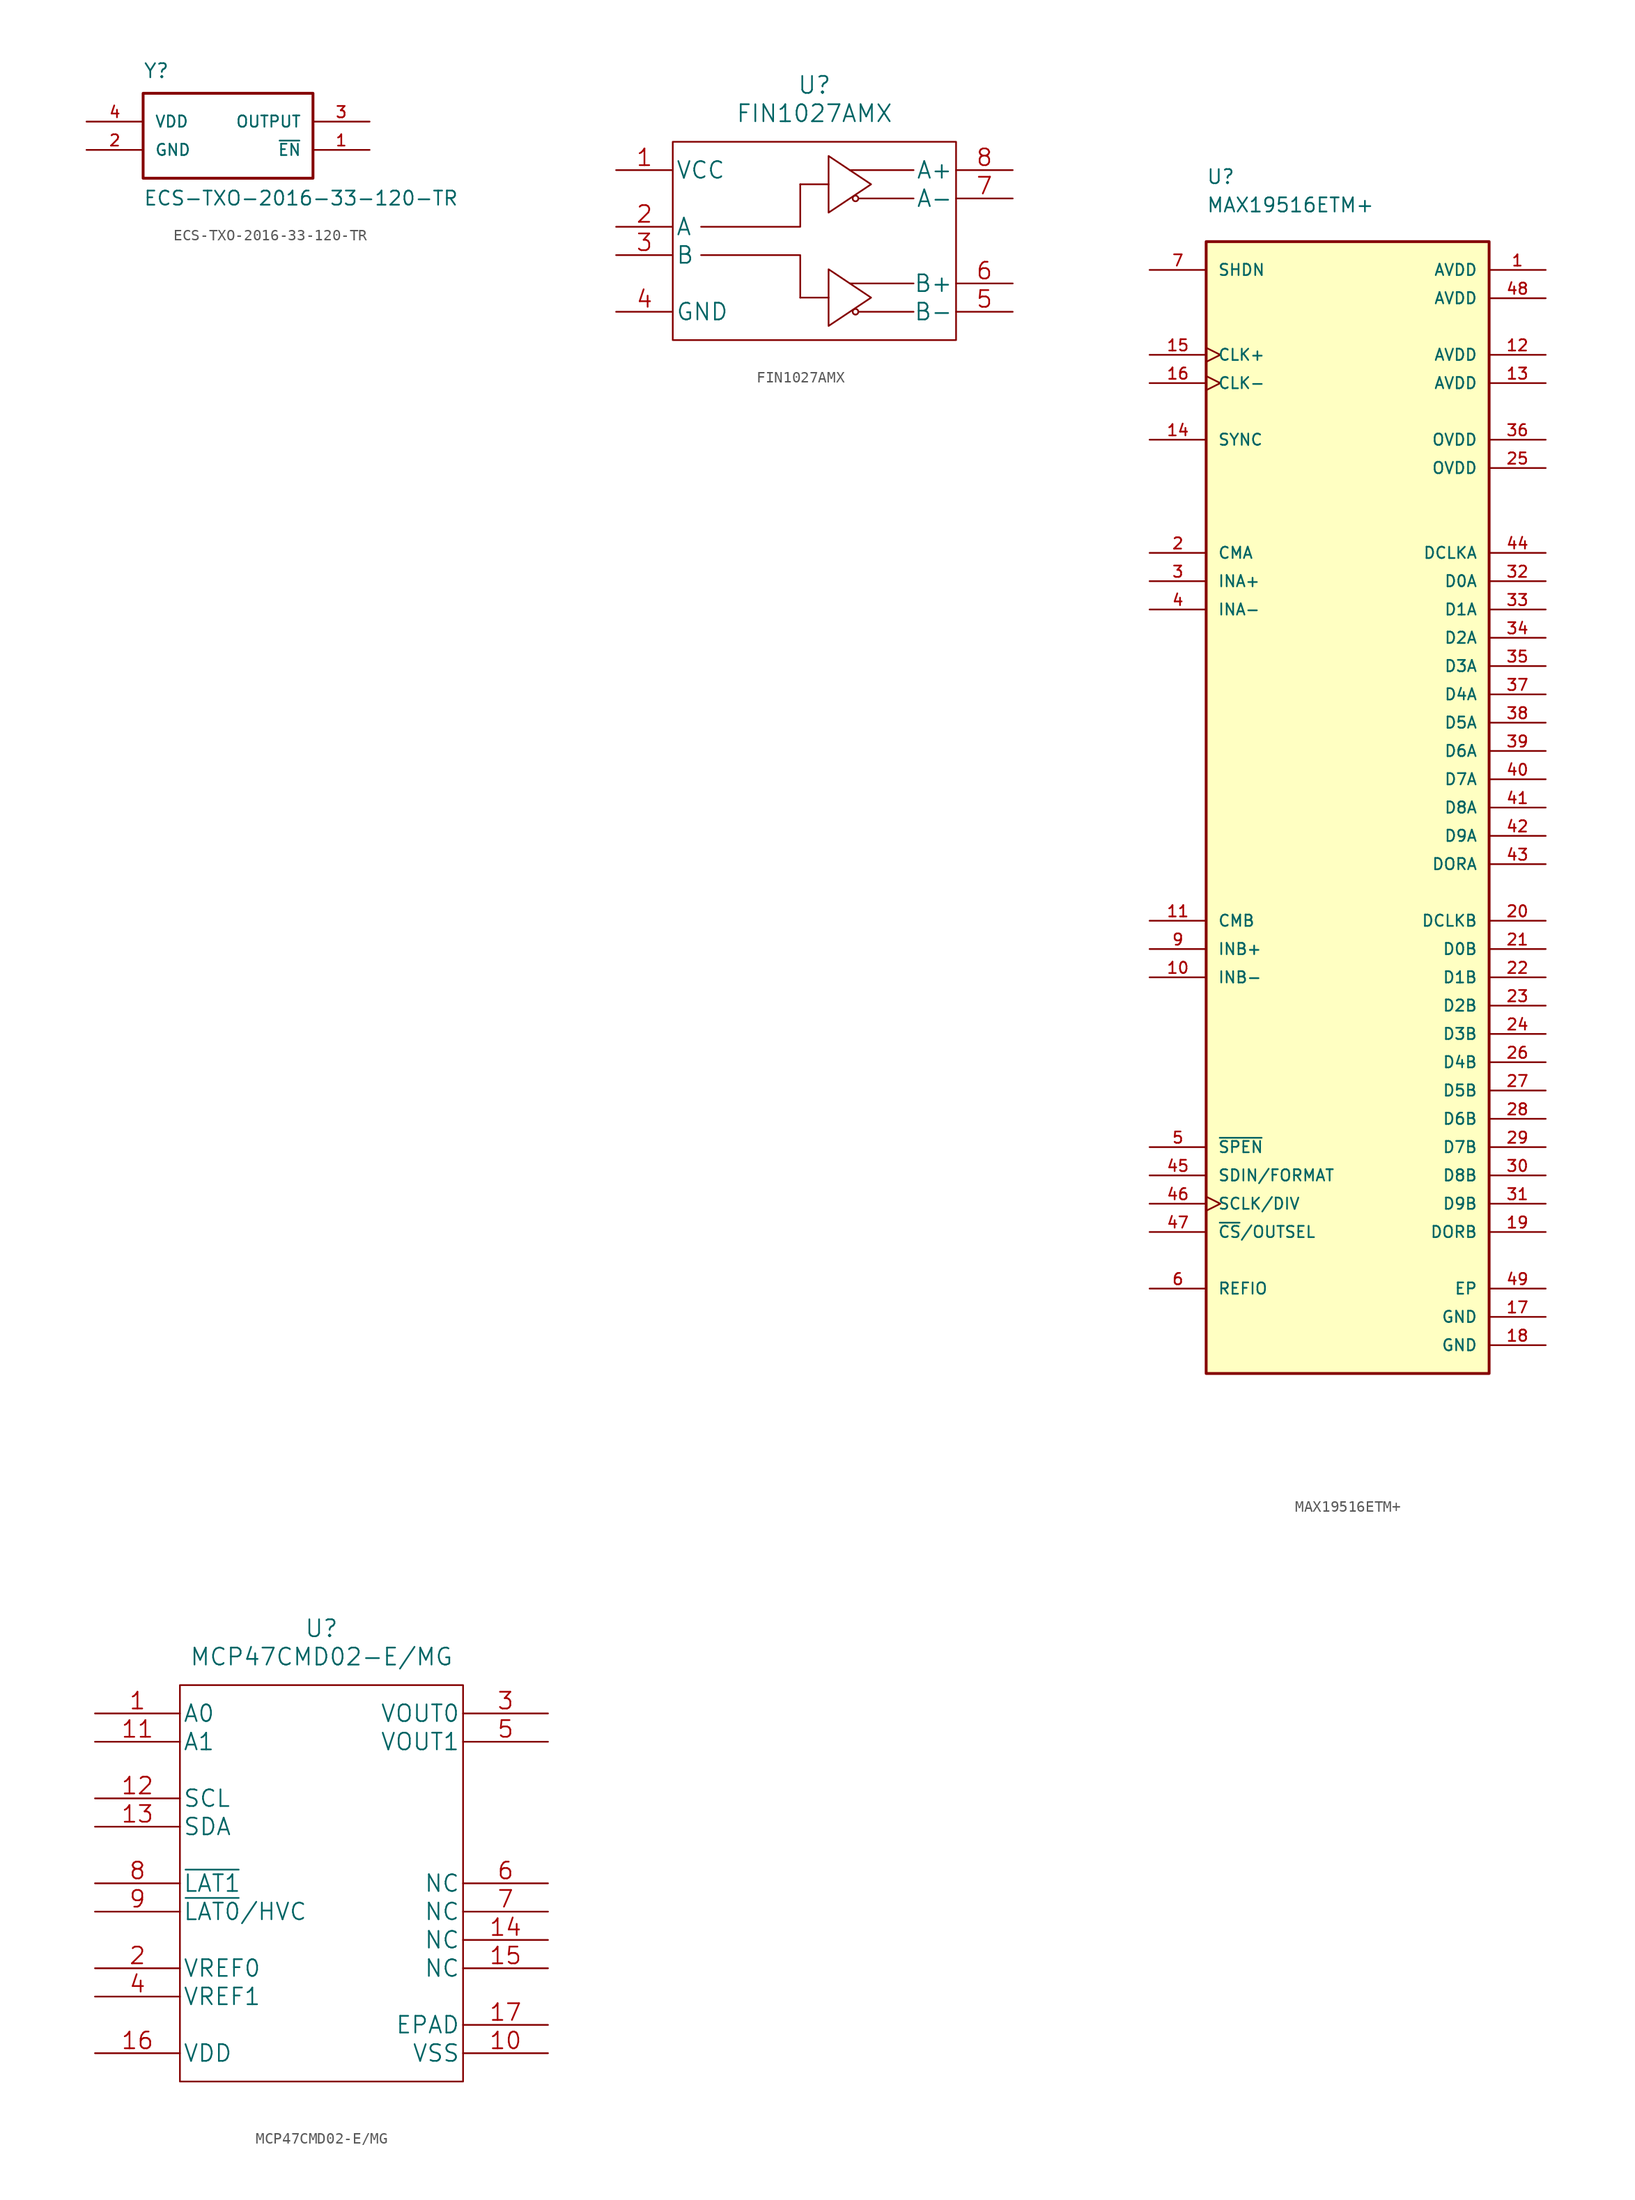
<source format=kicad_sym>
(kicad_symbol_lib
  (version 20220914)
  (generator kicad_symbol_editor)
  (symbol "ECS-TXO-2016-33-120-TR"
    (pin_names
      (offset 1.016))
    (property "Reference" "Y"
      (at -7.62 6.35 0)
      (effects (font (size 1.27 1.27)) (justify left bottom)))
    (property "Value" "ECS-TXO-2016-33-120-TR"
      (at -7.62 -5.08 0)
      (effects (font (size 1.27 1.27)) (justify left bottom)))
    (symbol "ECS-TXO-2016-33-120-TR_0_0"
      (rectangle (start -7.62 5.08) (end 7.62 -2.54) (stroke (width 0.254) (type default)) (fill (type none)))
      (pin input line (at 12.7 0 180) (length 5.08) (name "~{EN}" (effects (font (size 1.016 1.016)))) (number "1" (effects (font (size 1.016 1.016)))))
      (pin power_in line (at -12.7 0 0) (length 5.08) (name "GND" (effects (font (size 1.016 1.016)))) (number "2" (effects (font (size 1.016 1.016)))))
      (pin output line (at 12.7 2.54 180) (length 5.08) (name "OUTPUT" (effects (font (size 1.016 1.016)))) (number "3" (effects (font (size 1.016 1.016)))))
      (pin power_in line (at -12.7 2.54 0) (length 5.08) (name "VDD" (effects (font (size 1.016 1.016)))) (number "4" (effects (font (size 1.016 1.016)))))))
  (symbol "FIN1027AMX"
    (pin_names
      (offset 0.254))
    (property "Reference" "U"
      (at 0 12.7 0)
      (effects (font (size 1.524 1.524))))
    (property "Value" "FIN1027AMX"
      (at 0 10.16 0)
      (effects (font (size 1.524 1.524))))
    (property "Datasheet" ""
      (at -20.32 2.54 0)
      (effects (font (size 1.524 1.524))))
    (property "ki_locked" ""
      (at 0 0 0)
      (effects (font (size 1.27 1.27))))
    (symbol "FIN1027AMX_1_1"
      (rectangle (start -12.7 7.62) (end 12.7 -10.16) (stroke (width 0) (type default)) (fill (type none)))
      (polyline (pts (xy 1.27 -6.35) (xy -1.27 -6.35)) (stroke (width 0) (type default)) (fill (type none)))
      (polyline (pts (xy 1.27 3.81) (xy -1.27 3.81)) (stroke (width 0) (type default)) (fill (type none)))
      (polyline (pts (xy 3.937 -7.62) (xy 8.89 -7.62)) (stroke (width 0) (type default)) (fill (type none)))
      (polyline (pts (xy 3.937 2.54) (xy 8.89 2.54)) (stroke (width 0) (type default)) (fill (type none)))
      (polyline (pts (xy 8.89 -5.08) (xy 3.175 -5.08)) (stroke (width 0) (type default)) (fill (type none)))
      (polyline (pts (xy 8.89 5.08) (xy 3.175 5.08)) (stroke (width 0) (type default)) (fill (type none)))
      (polyline (pts (xy -1.27 -6.35) (xy -1.27 -2.54) (xy -10.16 -2.54)) (stroke (width 0) (type default)) (fill (type none)))
      (polyline (pts (xy -1.27 3.81) (xy -1.27 0) (xy -10.16 0)) (stroke (width 0) (type default)) (fill (type none)))
      (polyline (pts (xy 1.27 -3.81) (xy 5.08 -6.35) (xy 1.27 -8.89) (xy 1.27 -3.81)) (stroke (width 0) (type default)) (fill (type none)))
      (polyline (pts (xy 1.27 6.35) (xy 5.08 3.81) (xy 1.27 1.27) (xy 1.27 6.35)) (stroke (width 0) (type default)) (fill (type none)))
      (circle (center 3.683 -7.62) (radius 0.254) (stroke (width 0) (type default)) (fill (type none)))
      (circle (center 3.683 2.54) (radius 0.254) (stroke (width 0) (type default)) (fill (type none)))
      (pin power_in line (at -17.78 5.08 0) (length 5.08) (name "VCC" (effects (font (size 1.499 1.499)))) (number "1" (effects (font (size 1.499 1.499)))))
      (pin input line (at -17.78 0 0) (length 5.08) (name "A" (effects (font (size 1.499 1.499)))) (number "2" (effects (font (size 1.499 1.499)))))
      (pin input line (at -17.78 -2.54 0) (length 5.08) (name "B" (effects (font (size 1.499 1.499)))) (number "3" (effects (font (size 1.499 1.499)))))
      (pin power_in line (at -17.78 -7.62 0) (length 5.08) (name "GND" (effects (font (size 1.499 1.499)))) (number "4" (effects (font (size 1.499 1.499)))))
      (pin output line (at 17.78 -7.62 180) (length 5.08) (name "B-" (effects (font (size 1.499 1.499)))) (number "5" (effects (font (size 1.499 1.499)))))
      (pin output line (at 17.78 -5.08 180) (length 5.08) (name "B+" (effects (font (size 1.499 1.499)))) (number "6" (effects (font (size 1.499 1.499)))))
      (pin output line (at 17.78 2.54 180) (length 5.08) (name "A-" (effects (font (size 1.499 1.499)))) (number "7" (effects (font (size 1.499 1.499)))))
      (pin output line (at 17.78 5.08 180) (length 5.08) (name "A+" (effects (font (size 1.499 1.499)))) (number "8" (effects (font (size 1.499 1.499)))))))
  (symbol "MAX19516ETM+"
    (pin_names
      (offset 1.016))
    (property "Reference" "U"
      (at -12.7 55.88 0)
      (effects (font (size 1.27 1.27)) (justify left bottom)))
    (property "Value" "MAX19516ETM+"
      (at -12.7 53.34 0)
      (effects (font (size 1.27 1.27)) (justify left bottom)))
    (symbol "MAX19516ETM+_0_0"
      (rectangle (start -12.7 50.8) (end 12.7 -50.8) (stroke (width 0.254) (type default)) (fill (type background)))
      (pin power_in line (at 17.78 48.26 180) (length 5.08) (name "AVDD" (effects (font (size 1.016 1.016)))) (number "1" (effects (font (size 1.016 1.016)))))
      (pin input line (at -17.78 -15.24 0) (length 5.08) (name "INB-" (effects (font (size 1.016 1.016)))) (number "10" (effects (font (size 1.016 1.016)))))
      (pin output line (at -17.78 -10.16 0) (length 5.08) (name "CMB" (effects (font (size 1.016 1.016)))) (number "11" (effects (font (size 1.016 1.016)))))
      (pin power_in line (at 17.78 40.64 180) (length 5.08) (name "AVDD" (effects (font (size 1.016 1.016)))) (number "12" (effects (font (size 1.016 1.016)))))
      (pin power_in line (at 17.78 38.1 180) (length 5.08) (name "AVDD" (effects (font (size 1.016 1.016)))) (number "13" (effects (font (size 1.016 1.016)))))
      (pin input line (at -17.78 33.02 0) (length 5.08) (name "SYNC" (effects (font (size 1.016 1.016)))) (number "14" (effects (font (size 1.016 1.016)))))
      (pin input clock (at -17.78 40.64 0) (length 5.08) (name "CLK+" (effects (font (size 1.016 1.016)))) (number "15" (effects (font (size 1.016 1.016)))))
      (pin input clock (at -17.78 38.1 0) (length 5.08) (name "CLK-" (effects (font (size 1.016 1.016)))) (number "16" (effects (font (size 1.016 1.016)))))
      (pin power_in line (at 17.78 -45.72 180) (length 5.08) (name "GND" (effects (font (size 1.016 1.016)))) (number "17" (effects (font (size 1.016 1.016)))))
      (pin power_in line (at 17.78 -48.26 180) (length 5.08) (name "GND" (effects (font (size 1.016 1.016)))) (number "18" (effects (font (size 1.016 1.016)))))
      (pin output line (at 17.78 -38.1 180) (length 5.08) (name "DORB" (effects (font (size 1.016 1.016)))) (number "19" (effects (font (size 1.016 1.016)))))
      (pin output line (at -17.78 22.86 0) (length 5.08) (name "CMA" (effects (font (size 1.016 1.016)))) (number "2" (effects (font (size 1.016 1.016)))))
      (pin output line (at 17.78 -10.16 180) (length 5.08) (name "DCLKB" (effects (font (size 1.016 1.016)))) (number "20" (effects (font (size 1.016 1.016)))))
      (pin output line (at 17.78 -12.7 180) (length 5.08) (name "D0B" (effects (font (size 1.016 1.016)))) (number "21" (effects (font (size 1.016 1.016)))))
      (pin output line (at 17.78 -15.24 180) (length 5.08) (name "D1B" (effects (font (size 1.016 1.016)))) (number "22" (effects (font (size 1.016 1.016)))))
      (pin output line (at 17.78 -17.78 180) (length 5.08) (name "D2B" (effects (font (size 1.016 1.016)))) (number "23" (effects (font (size 1.016 1.016)))))
      (pin output line (at 17.78 -20.32 180) (length 5.08) (name "D3B" (effects (font (size 1.016 1.016)))) (number "24" (effects (font (size 1.016 1.016)))))
      (pin power_in line (at 17.78 30.48 180) (length 5.08) (name "OVDD" (effects (font (size 1.016 1.016)))) (number "25" (effects (font (size 1.016 1.016)))))
      (pin output line (at 17.78 -22.86 180) (length 5.08) (name "D4B" (effects (font (size 1.016 1.016)))) (number "26" (effects (font (size 1.016 1.016)))))
      (pin output line (at 17.78 -25.4 180) (length 5.08) (name "D5B" (effects (font (size 1.016 1.016)))) (number "27" (effects (font (size 1.016 1.016)))))
      (pin output line (at 17.78 -27.94 180) (length 5.08) (name "D6B" (effects (font (size 1.016 1.016)))) (number "28" (effects (font (size 1.016 1.016)))))
      (pin output line (at 17.78 -30.48 180) (length 5.08) (name "D7B" (effects (font (size 1.016 1.016)))) (number "29" (effects (font (size 1.016 1.016)))))
      (pin input line (at -17.78 20.32 0) (length 5.08) (name "INA+" (effects (font (size 1.016 1.016)))) (number "3" (effects (font (size 1.016 1.016)))))
      (pin output line (at 17.78 -33.02 180) (length 5.08) (name "D8B" (effects (font (size 1.016 1.016)))) (number "30" (effects (font (size 1.016 1.016)))))
      (pin output line (at 17.78 -35.56 180) (length 5.08) (name "D9B" (effects (font (size 1.016 1.016)))) (number "31" (effects (font (size 1.016 1.016)))))
      (pin output line (at 17.78 20.32 180) (length 5.08) (name "D0A" (effects (font (size 1.016 1.016)))) (number "32" (effects (font (size 1.016 1.016)))))
      (pin output line (at 17.78 17.78 180) (length 5.08) (name "D1A" (effects (font (size 1.016 1.016)))) (number "33" (effects (font (size 1.016 1.016)))))
      (pin output line (at 17.78 15.24 180) (length 5.08) (name "D2A" (effects (font (size 1.016 1.016)))) (number "34" (effects (font (size 1.016 1.016)))))
      (pin output line (at 17.78 12.7 180) (length 5.08) (name "D3A" (effects (font (size 1.016 1.016)))) (number "35" (effects (font (size 1.016 1.016)))))
      (pin power_in line (at 17.78 33.02 180) (length 5.08) (name "OVDD" (effects (font (size 1.016 1.016)))) (number "36" (effects (font (size 1.016 1.016)))))
      (pin output line (at 17.78 10.16 180) (length 5.08) (name "D4A" (effects (font (size 1.016 1.016)))) (number "37" (effects (font (size 1.016 1.016)))))
      (pin output line (at 17.78 7.62 180) (length 5.08) (name "D5A" (effects (font (size 1.016 1.016)))) (number "38" (effects (font (size 1.016 1.016)))))
      (pin output line (at 17.78 5.08 180) (length 5.08) (name "D6A" (effects (font (size 1.016 1.016)))) (number "39" (effects (font (size 1.016 1.016)))))
      (pin input line (at -17.78 17.78 0) (length 5.08) (name "INA-" (effects (font (size 1.016 1.016)))) (number "4" (effects (font (size 1.016 1.016)))))
      (pin output line (at 17.78 2.54 180) (length 5.08) (name "D7A" (effects (font (size 1.016 1.016)))) (number "40" (effects (font (size 1.016 1.016)))))
      (pin output line (at 17.78 0 180) (length 5.08) (name "D8A" (effects (font (size 1.016 1.016)))) (number "41" (effects (font (size 1.016 1.016)))))
      (pin output line (at 17.78 -2.54 180) (length 5.08) (name "D9A" (effects (font (size 1.016 1.016)))) (number "42" (effects (font (size 1.016 1.016)))))
      (pin output line (at 17.78 -5.08 180) (length 5.08) (name "DORA" (effects (font (size 1.016 1.016)))) (number "43" (effects (font (size 1.016 1.016)))))
      (pin output line (at 17.78 22.86 180) (length 5.08) (name "DCLKA" (effects (font (size 1.016 1.016)))) (number "44" (effects (font (size 1.016 1.016)))))
      (pin bidirectional line (at -17.78 -33.02 0) (length 5.08) (name "SDIN/FORMAT" (effects (font (size 1.016 1.016)))) (number "45" (effects (font (size 1.016 1.016)))))
      (pin input clock (at -17.78 -35.56 0) (length 5.08) (name "SCLK/DIV" (effects (font (size 1.016 1.016)))) (number "46" (effects (font (size 1.016 1.016)))))
      (pin bidirectional line (at -17.78 -38.1 0) (length 5.08) (name "~{CS}/OUTSEL" (effects (font (size 1.016 1.016)))) (number "47" (effects (font (size 1.016 1.016)))))
      (pin power_in line (at 17.78 45.72 180) (length 5.08) (name "AVDD" (effects (font (size 1.016 1.016)))) (number "48" (effects (font (size 1.016 1.016)))))
      (pin power_in line (at 17.78 -43.18 180) (length 5.08) (name "EP" (effects (font (size 1.016 1.016)))) (number "49" (effects (font (size 1.016 1.016)))))
      (pin input line (at -17.78 -30.48 0) (length 5.08) (name "~{SPEN}" (effects (font (size 1.016 1.016)))) (number "5" (effects (font (size 1.016 1.016)))))
      (pin bidirectional line (at -17.78 -43.18 0) (length 5.08) (name "REFIO" (effects (font (size 1.016 1.016)))) (number "6" (effects (font (size 1.016 1.016)))))
      (pin input line (at -17.78 48.26 0) (length 5.08) (name "SHDN" (effects (font (size 1.016 1.016)))) (number "7" (effects (font (size 1.016 1.016)))))
      (pin input line (at -17.78 -12.7 0) (length 5.08) (name "INB+" (effects (font (size 1.016 1.016)))) (number "9" (effects (font (size 1.016 1.016)))))))
  (symbol "MCP47CMD02-E/MG"
    (pin_names
      (offset 0.254))
    (property "Reference" "U"
      (at 0 22.86 0)
      (effects (font (size 1.524 1.524))))
    (property "Value" "MCP47CMD02-E/MG"
      (at 0 20.32 0)
      (effects (font (size 1.524 1.524))))
    (property "Datasheet" ""
      (at -20.32 12.7 0)
      (effects (font (size 1.524 1.524))))
    (symbol "MCP47CMD02-E/MG_1_1"
      (rectangle (start -12.7 17.78) (end 12.7 -17.78) (stroke (width 0) (type default)) (fill (type none)))
      (pin input line (at -20.32 15.24 0) (length 7.62) (name "A0" (effects (font (size 1.499 1.499)))) (number "1" (effects (font (size 1.499 1.499)))))
      (pin power_in line (at 20.32 -15.24 180) (length 7.62) (name "VSS" (effects (font (size 1.499 1.499)))) (number "10" (effects (font (size 1.499 1.499)))))
      (pin input line (at -20.32 12.7 0) (length 7.62) (name "A1" (effects (font (size 1.499 1.499)))) (number "11" (effects (font (size 1.499 1.499)))))
      (pin input line (at -20.32 7.62 0) (length 7.62) (name "SCL" (effects (font (size 1.499 1.499)))) (number "12" (effects (font (size 1.499 1.499)))))
      (pin bidirectional line (at -20.32 5.08 0) (length 7.62) (name "SDA" (effects (font (size 1.499 1.499)))) (number "13" (effects (font (size 1.499 1.499)))))
      (pin free line (at 20.32 -5.08 180) (length 7.62) (name "NC" (effects (font (size 1.499 1.499)))) (number "14" (effects (font (size 1.499 1.499)))))
      (pin free line (at 20.32 -7.62 180) (length 7.62) (name "NC" (effects (font (size 1.499 1.499)))) (number "15" (effects (font (size 1.499 1.499)))))
      (pin power_in line (at -20.32 -15.24 0) (length 7.62) (name "VDD" (effects (font (size 1.499 1.499)))) (number "16" (effects (font (size 1.499 1.499)))))
      (pin unspecified line (at 20.32 -12.7 180) (length 7.62) (name "EPAD" (effects (font (size 1.499 1.499)))) (number "17" (effects (font (size 1.499 1.499)))))
      (pin unspecified line (at -20.32 -7.62 0) (length 7.62) (name "VREF0" (effects (font (size 1.499 1.499)))) (number "2" (effects (font (size 1.499 1.499)))))
      (pin output line (at 20.32 15.24 180) (length 7.62) (name "VOUT0" (effects (font (size 1.499 1.499)))) (number "3" (effects (font (size 1.499 1.499)))))
      (pin unspecified line (at -20.32 -10.16 0) (length 7.62) (name "VREF1" (effects (font (size 1.499 1.499)))) (number "4" (effects (font (size 1.499 1.499)))))
      (pin output line (at 20.32 12.7 180) (length 7.62) (name "VOUT1" (effects (font (size 1.499 1.499)))) (number "5" (effects (font (size 1.499 1.499)))))
      (pin free line (at 20.32 0 180) (length 7.62) (name "NC" (effects (font (size 1.499 1.499)))) (number "6" (effects (font (size 1.499 1.499)))))
      (pin free line (at 20.32 -2.54 180) (length 7.62) (name "NC" (effects (font (size 1.499 1.499)))) (number "7" (effects (font (size 1.499 1.499)))))
      (pin input line (at -20.32 0 0) (length 7.62) (name "~{LAT1}" (effects (font (size 1.499 1.499)))) (number "8" (effects (font (size 1.499 1.499)))))
      (pin input line (at -20.32 -2.54 0) (length 7.62) (name "~{LAT0}/HVC" (effects (font (size 1.499 1.499)))) (number "9" (effects (font (size 1.499 1.499))))))))
</source>
